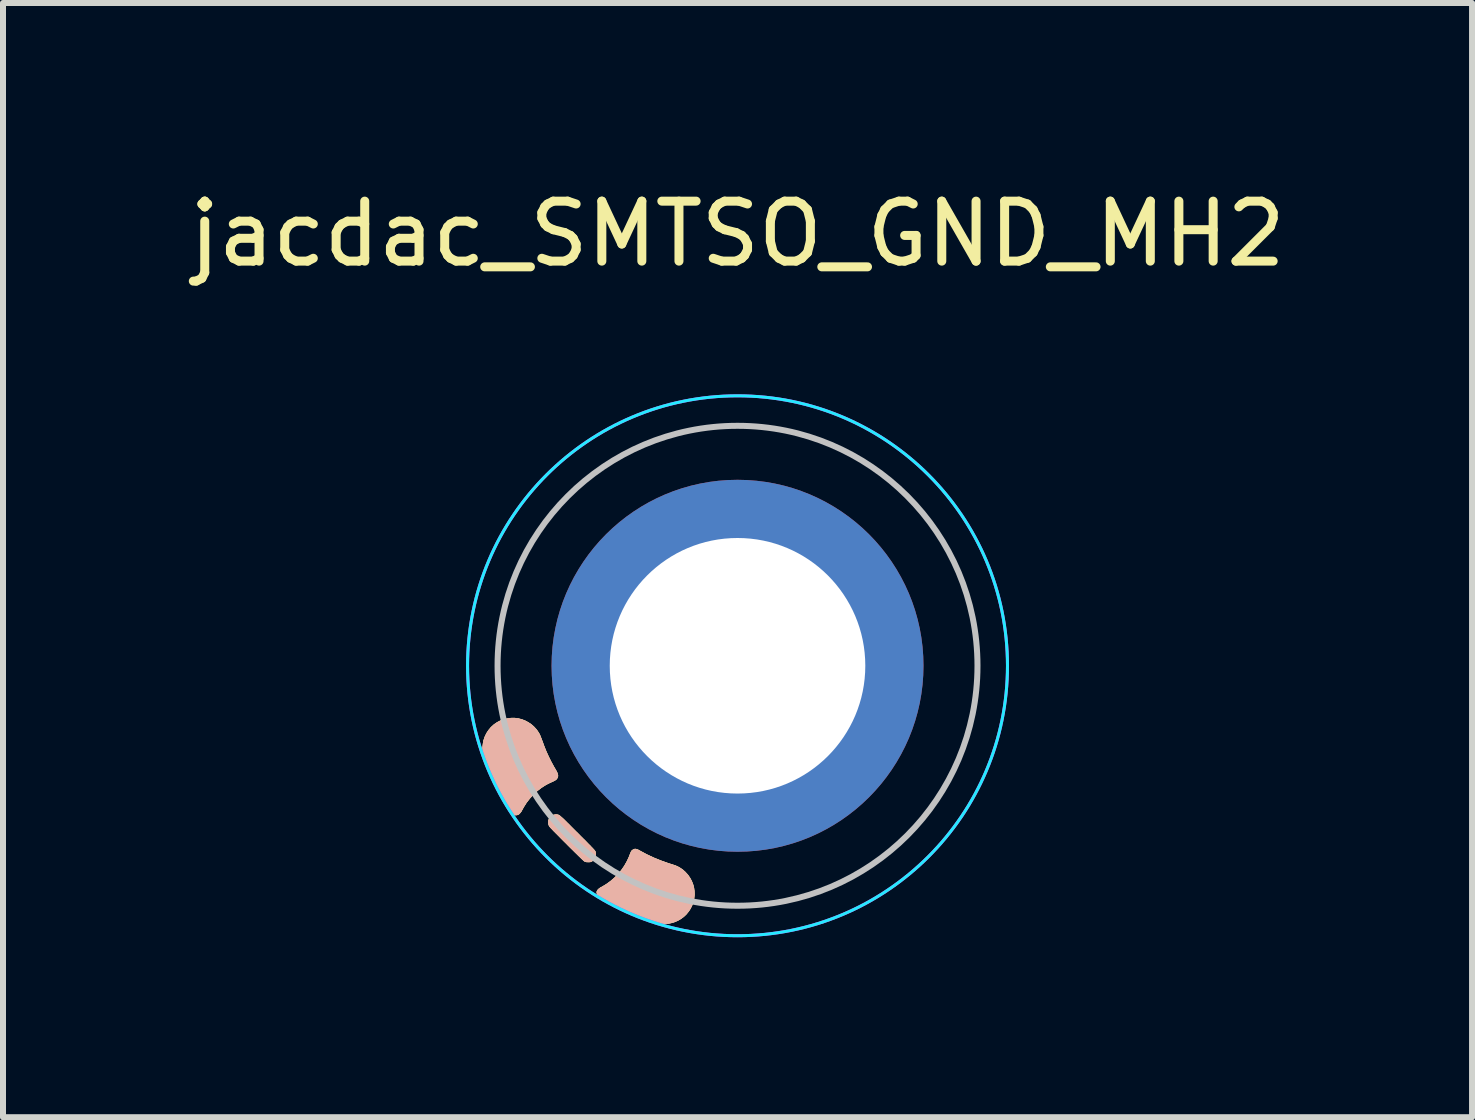
<source format=kicad_pcb>
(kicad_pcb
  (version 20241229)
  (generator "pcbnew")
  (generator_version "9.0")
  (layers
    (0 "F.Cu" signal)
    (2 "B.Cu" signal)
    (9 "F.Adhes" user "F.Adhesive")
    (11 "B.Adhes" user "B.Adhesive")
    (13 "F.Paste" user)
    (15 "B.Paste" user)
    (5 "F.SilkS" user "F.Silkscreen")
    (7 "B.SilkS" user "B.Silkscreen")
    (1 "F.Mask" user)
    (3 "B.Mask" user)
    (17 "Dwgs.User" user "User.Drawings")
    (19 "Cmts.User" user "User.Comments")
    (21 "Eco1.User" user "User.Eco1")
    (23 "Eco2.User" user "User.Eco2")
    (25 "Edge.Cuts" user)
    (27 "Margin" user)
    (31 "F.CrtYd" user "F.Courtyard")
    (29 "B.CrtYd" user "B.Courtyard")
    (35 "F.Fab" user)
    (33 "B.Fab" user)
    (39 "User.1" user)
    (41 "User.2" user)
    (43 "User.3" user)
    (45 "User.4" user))
  (footprint "jacdac_SMTSO_GND_MH2"
    (layer "F.Cu")
    (at 9.244 8.048)
    (property "Reference" "jacdac_SMTSO_GND_MH2" (at 0.000001 -7.2 0) (layer "F.SilkS") (effects (font (size 1 1) (thickness 0.15))))
    (attr through_hole)
    (fp_poly (pts (xy -2.996 1.845) (xy -3.001 1.862) (xy -3.009 1.876) (xy -3.016 1.887) (xy -3.025 1.895) (xy -3.036 1.904) (xy -3.05 1.912) (xy -3.069 1.922) (xy -3.094 1.934) (xy -3.095 1.934) (xy -3.149 1.959) (xy -3.198 1.985) (xy -3.244 2.014) (xy -3.274 2.034) (xy -3.343 2.087) (xy -3.407 2.146) (xy -3.465 2.211) (xy -3.519 2.28) (xy -3.565 2.353) (xy -3.588 2.394) (xy -3.605 2.426) (xy -3.623 2.45) (xy -3.64 2.468) (xy -3.658 2.48) (xy -3.677 2.486) (xy -3.682 2.487) (xy -3.7 2.488) (xy -3.718 2.484) (xy -3.735 2.475) (xy -3.752 2.46) (xy -3.771 2.439) (xy -3.792 2.41) (xy -3.792 2.41) (xy -3.866 2.298) (xy -3.936 2.179) (xy -4.003 2.054) (xy -4.067 1.925) (xy -4.125 1.792) (xy -4.179 1.656) (xy -4.199 1.6) (xy -4.218 1.542) (xy -4.232 1.491) (xy -4.242 1.444) (xy -4.247 1.403) (xy -4.248 1.369) (xy -4.242 1.304) (xy -4.23 1.242) (xy -4.21 1.183) (xy -4.183 1.127) (xy -4.149 1.075) (xy -4.109 1.027) (xy -4.062 0.984) (xy -4.055 0.978) (xy -4.006 0.945) (xy -3.953 0.917) (xy -3.897 0.896) (xy -3.838 0.882) (xy -3.778 0.874) (xy -3.718 0.873) (xy -3.659 0.88) (xy -3.655 0.881) (xy -3.596 0.896) (xy -3.54 0.918) (xy -3.486 0.947) (xy -3.436 0.981) (xy -3.39 1.022) (xy -3.35 1.067) (xy -3.316 1.117) (xy -3.304 1.138) (xy -3.297 1.151) (xy -3.289 1.171) (xy -3.28 1.194) (xy -3.27 1.219) (xy -3.261 1.245) (xy -3.26 1.245) (xy -3.225 1.341) (xy -3.189 1.431) (xy -3.15 1.516) (xy -3.109 1.598) (xy -3.065 1.68) (xy -3.039 1.724) (xy -3.02 1.757) (xy -3.007 1.784) (xy -2.999 1.807) (xy -2.995 1.827) (xy -2.996 1.845)) (stroke (width 0.01) (type solid)) (fill yes) (layer "F.SilkS"))
    (fp_poly (pts (xy -2.365 3.163) (xy -2.372 3.193) (xy -2.386 3.219) (xy -2.406 3.242) (xy -2.429 3.258) (xy -2.44 3.263) (xy -2.45 3.267) (xy -2.46 3.269) (xy -2.475 3.269) (xy -2.488 3.27) (xy -2.508 3.269) (xy -2.522 3.268) (xy -2.533 3.265) (xy -2.544 3.261) (xy -2.546 3.26) (xy -2.55 3.257) (xy -2.557 3.253) (xy -2.565 3.245) (xy -2.576 3.236) (xy -2.59 3.223) (xy -2.607 3.207) (xy -2.627 3.187) (xy -2.651 3.164) (xy -2.679 3.136) (xy -2.712 3.104) (xy -2.749 3.067) (xy -2.791 3.026) (xy -2.838 2.979) (xy -2.848 2.968) (xy -2.895 2.922) (xy -2.937 2.88) (xy -2.973 2.843) (xy -3.005 2.811) (xy -3.032 2.784) (xy -3.056 2.76) (xy -3.076 2.739) (xy -3.092 2.722) (xy -3.106 2.708) (xy -3.117 2.696) (xy -3.125 2.687) (xy -3.131 2.679) (xy -3.136 2.673) (xy -3.139 2.668) (xy -3.141 2.664) (xy -3.149 2.638) (xy -3.153 2.611) (xy -3.152 2.586) (xy -3.15 2.577) (xy -3.138 2.547) (xy -3.12 2.522) (xy -3.097 2.502) (xy -3.07 2.489) (xy -3.04 2.483) (xy -3.018 2.482) (xy -3.011 2.483) (xy -3.004 2.484) (xy -2.997 2.485) (xy -2.991 2.486) (xy -2.984 2.489) (xy -2.976 2.493) (xy -2.967 2.499) (xy -2.956 2.507) (xy -2.944 2.518) (xy -2.929 2.531) (xy -2.912 2.546) (xy -2.892 2.565) (xy -2.869 2.588) (xy -2.842 2.615) (xy -2.811 2.645) (xy -2.776 2.681) (xy -2.736 2.721) (xy -2.691 2.766) (xy -2.664 2.792) (xy -2.618 2.839) (xy -2.577 2.88) (xy -2.54 2.916) (xy -2.509 2.948) (xy -2.482 2.976) (xy -2.458 2.999) (xy -2.439 3.02) (xy -2.422 3.037) (xy -2.409 3.051) (xy -2.398 3.062) (xy -2.39 3.072) (xy -2.384 3.079) (xy -2.379 3.086) (xy -2.375 3.091) (xy -2.373 3.095) (xy -2.372 3.099) (xy -2.371 3.101) (xy -2.364 3.132) (xy -2.365 3.163)) (stroke (width 0.01) (type solid)) (fill yes) (layer "F.SilkS"))
    (fp_poly (pts (xy -0.739 3.937) (xy -0.759 3.993) (xy -0.785 4.046) (xy -0.817 4.095) (xy -0.854 4.14) (xy -0.897 4.181) (xy -0.944 4.216) (xy -0.996 4.246) (xy -1.052 4.27) (xy -1.111 4.287) (xy -1.174 4.298) (xy -1.176 4.298) (xy -1.194 4.299) (xy -1.213 4.299) (xy -1.236 4.298) (xy -1.264 4.296) (xy -1.275 4.294) (xy -1.297 4.292) (xy -1.318 4.289) (xy -1.339 4.285) (xy -1.361 4.28) (xy -1.385 4.273) (xy -1.412 4.265) (xy -1.444 4.255) (xy -1.481 4.243) (xy -1.523 4.229) (xy -1.541 4.223) (xy -1.651 4.182) (xy -1.763 4.137) (xy -1.875 4.086) (xy -1.986 4.032) (xy -2.094 3.975) (xy -2.197 3.915) (xy -2.265 3.874) (xy -2.291 3.856) (xy -2.31 3.841) (xy -2.324 3.828) (xy -2.334 3.815) (xy -2.341 3.802) (xy -2.341 3.8) (xy -2.345 3.781) (xy -2.344 3.764) (xy -2.338 3.751) (xy -2.325 3.732) (xy -2.305 3.714) (xy -2.278 3.696) (xy -2.272 3.694) (xy -2.194 3.648) (xy -2.121 3.596) (xy -2.053 3.538) (xy -1.991 3.476) (xy -1.935 3.409) (xy -1.885 3.337) (xy -1.854 3.283) (xy -1.838 3.253) (xy -1.824 3.223) (xy -1.809 3.191) (xy -1.795 3.154) (xy -1.782 3.123) (xy -1.775 3.105) (xy -1.768 3.093) (xy -1.761 3.083) (xy -1.752 3.075) (xy -1.735 3.064) (xy -1.718 3.057) (xy -1.7 3.056) (xy -1.679 3.061) (xy -1.654 3.071) (xy -1.633 3.083) (xy -1.518 3.145) (xy -1.399 3.201) (xy -1.275 3.251) (xy -1.146 3.297) (xy -1.116 3.306) (xy -1.082 3.317) (xy -1.054 3.326) (xy -1.031 3.334) (xy -1.012 3.343) (xy -0.994 3.351) (xy -0.976 3.361) (xy -0.963 3.368) (xy -0.913 3.402) (xy -0.868 3.443) (xy -0.828 3.488) (xy -0.794 3.537) (xy -0.765 3.591) (xy -0.743 3.647) (xy -0.728 3.705) (xy -0.722 3.753) (xy -0.72 3.816) (xy -0.726 3.878) (xy -0.739 3.937)) (stroke (width 0.01) (type solid)) (fill yes) (layer "F.SilkS"))
    (fp_poly (pts (xy -2.996 1.845) (xy -3.001 1.862) (xy -3.009 1.876) (xy -3.016 1.887) (xy -3.025 1.895) (xy -3.036 1.904) (xy -3.05 1.912) (xy -3.069 1.922) (xy -3.094 1.934) (xy -3.095 1.934) (xy -3.149 1.959) (xy -3.198 1.985) (xy -3.244 2.014) (xy -3.274 2.034) (xy -3.343 2.087) (xy -3.407 2.146) (xy -3.465 2.211) (xy -3.519 2.28) (xy -3.565 2.353) (xy -3.588 2.394) (xy -3.605 2.426) (xy -3.623 2.45) (xy -3.64 2.468) (xy -3.658 2.48) (xy -3.677 2.486) (xy -3.682 2.487) (xy -3.7 2.488) (xy -3.718 2.484) (xy -3.735 2.475) (xy -3.752 2.46) (xy -3.771 2.439) (xy -3.792 2.41) (xy -3.792 2.41) (xy -3.866 2.298) (xy -3.936 2.179) (xy -4.003 2.054) (xy -4.067 1.925) (xy -4.125 1.792) (xy -4.179 1.656) (xy -4.199 1.6) (xy -4.218 1.542) (xy -4.232 1.491) (xy -4.242 1.444) (xy -4.247 1.403) (xy -4.248 1.369) (xy -4.242 1.304) (xy -4.23 1.242) (xy -4.21 1.183) (xy -4.183 1.127) (xy -4.149 1.075) (xy -4.109 1.027) (xy -4.062 0.984) (xy -4.055 0.978) (xy -4.006 0.945) (xy -3.953 0.917) (xy -3.897 0.896) (xy -3.838 0.882) (xy -3.778 0.874) (xy -3.718 0.873) (xy -3.659 0.88) (xy -3.655 0.881) (xy -3.596 0.896) (xy -3.54 0.918) (xy -3.486 0.947) (xy -3.436 0.981) (xy -3.39 1.022) (xy -3.35 1.067) (xy -3.316 1.117) (xy -3.304 1.138) (xy -3.297 1.151) (xy -3.289 1.171) (xy -3.28 1.194) (xy -3.27 1.219) (xy -3.261 1.245) (xy -3.26 1.245) (xy -3.225 1.341) (xy -3.189 1.431) (xy -3.15 1.516) (xy -3.109 1.598) (xy -3.065 1.68) (xy -3.039 1.724) (xy -3.02 1.757) (xy -3.007 1.784) (xy -2.999 1.807) (xy -2.995 1.827) (xy -2.996 1.845)) (stroke (width 0.01) (type solid)) (fill yes) (layer "B.SilkS"))
    (fp_poly (pts (xy -2.365 3.163) (xy -2.372 3.193) (xy -2.386 3.219) (xy -2.406 3.242) (xy -2.429 3.258) (xy -2.44 3.263) (xy -2.45 3.267) (xy -2.46 3.269) (xy -2.475 3.269) (xy -2.488 3.27) (xy -2.508 3.269) (xy -2.522 3.268) (xy -2.533 3.265) (xy -2.544 3.261) (xy -2.546 3.26) (xy -2.55 3.257) (xy -2.557 3.253) (xy -2.565 3.245) (xy -2.576 3.236) (xy -2.59 3.223) (xy -2.607 3.207) (xy -2.627 3.187) (xy -2.651 3.164) (xy -2.679 3.136) (xy -2.712 3.104) (xy -2.749 3.067) (xy -2.791 3.026) (xy -2.838 2.979) (xy -2.848 2.968) (xy -2.895 2.922) (xy -2.937 2.88) (xy -2.973 2.843) (xy -3.005 2.811) (xy -3.032 2.784) (xy -3.056 2.76) (xy -3.076 2.739) (xy -3.092 2.722) (xy -3.106 2.708) (xy -3.117 2.696) (xy -3.125 2.687) (xy -3.131 2.679) (xy -3.136 2.673) (xy -3.139 2.668) (xy -3.141 2.664) (xy -3.149 2.638) (xy -3.153 2.611) (xy -3.152 2.586) (xy -3.15 2.577) (xy -3.138 2.547) (xy -3.12 2.522) (xy -3.097 2.502) (xy -3.07 2.489) (xy -3.04 2.483) (xy -3.018 2.482) (xy -3.011 2.483) (xy -3.004 2.484) (xy -2.997 2.485) (xy -2.991 2.486) (xy -2.984 2.489) (xy -2.976 2.493) (xy -2.967 2.499) (xy -2.956 2.507) (xy -2.944 2.518) (xy -2.929 2.531) (xy -2.912 2.546) (xy -2.892 2.565) (xy -2.869 2.588) (xy -2.842 2.615) (xy -2.811 2.645) (xy -2.776 2.681) (xy -2.736 2.721) (xy -2.691 2.766) (xy -2.664 2.792) (xy -2.618 2.839) (xy -2.577 2.88) (xy -2.54 2.916) (xy -2.509 2.948) (xy -2.482 2.976) (xy -2.458 2.999) (xy -2.439 3.02) (xy -2.422 3.037) (xy -2.409 3.051) (xy -2.398 3.062) (xy -2.39 3.072) (xy -2.384 3.079) (xy -2.379 3.086) (xy -2.375 3.091) (xy -2.373 3.095) (xy -2.372 3.099) (xy -2.371 3.101) (xy -2.364 3.132) (xy -2.365 3.163)) (stroke (width 0.01) (type solid)) (fill yes) (layer "B.SilkS"))
    (fp_poly (pts (xy -0.739 3.937) (xy -0.759 3.993) (xy -0.785 4.046) (xy -0.817 4.095) (xy -0.854 4.14) (xy -0.897 4.181) (xy -0.944 4.216) (xy -0.996 4.246) (xy -1.052 4.27) (xy -1.111 4.287) (xy -1.174 4.298) (xy -1.176 4.298) (xy -1.194 4.299) (xy -1.213 4.299) (xy -1.236 4.298) (xy -1.264 4.296) (xy -1.275 4.294) (xy -1.297 4.292) (xy -1.318 4.289) (xy -1.339 4.285) (xy -1.361 4.28) (xy -1.385 4.273) (xy -1.412 4.265) (xy -1.444 4.255) (xy -1.481 4.243) (xy -1.523 4.229) (xy -1.541 4.223) (xy -1.651 4.182) (xy -1.763 4.137) (xy -1.875 4.086) (xy -1.986 4.032) (xy -2.094 3.975) (xy -2.197 3.915) (xy -2.265 3.874) (xy -2.291 3.856) (xy -2.31 3.841) (xy -2.324 3.828) (xy -2.334 3.815) (xy -2.341 3.802) (xy -2.341 3.8) (xy -2.345 3.781) (xy -2.344 3.764) (xy -2.338 3.751) (xy -2.325 3.732) (xy -2.305 3.714) (xy -2.278 3.696) (xy -2.272 3.694) (xy -2.194 3.648) (xy -2.121 3.596) (xy -2.053 3.538) (xy -1.991 3.476) (xy -1.935 3.409) (xy -1.885 3.337) (xy -1.854 3.283) (xy -1.838 3.253) (xy -1.824 3.223) (xy -1.809 3.191) (xy -1.795 3.154) (xy -1.782 3.123) (xy -1.775 3.105) (xy -1.768 3.093) (xy -1.761 3.083) (xy -1.752 3.075) (xy -1.735 3.064) (xy -1.718 3.057) (xy -1.7 3.056) (xy -1.679 3.061) (xy -1.654 3.071) (xy -1.633 3.083) (xy -1.518 3.145) (xy -1.399 3.201) (xy -1.275 3.251) (xy -1.146 3.297) (xy -1.116 3.306) (xy -1.082 3.317) (xy -1.054 3.326) (xy -1.031 3.334) (xy -1.012 3.343) (xy -0.994 3.351) (xy -0.976 3.361) (xy -0.963 3.368) (xy -0.913 3.402) (xy -0.868 3.443) (xy -0.828 3.488) (xy -0.794 3.537) (xy -0.765 3.591) (xy -0.743 3.647) (xy -0.728 3.705) (xy -0.722 3.753) (xy -0.72 3.816) (xy -0.726 3.878) (xy -0.739 3.937)) (stroke (width 0.01) (type solid)) (fill yes) (layer "B.SilkS"))
    (fp_circle (center 0 0) (end 0 -4) (stroke (width 0.1) (type default)) (fill no) (layer "Dwgs.User"))
    (fp_circle (center 0 0) (end 0 -4.5) (stroke (width 0.05) (type default)) (fill no) (layer "B.CrtYd"))
    (fp_circle (center 0 0) (end 0 -4.5) (stroke (width 0.05) (type default)) (fill no) (layer "F.CrtYd"))
    (pad "1" thru_hole circle (at 0 0 320) (size 6.2 6.2) (drill 4.26) (layers "*.Cu" "*.Mask"))
    (zone (net_name "") (layers "F.Cu" "B.Cu") (hatch edge 0.5) (connect_pads) (min_thickness 0.25) (filled_areas_thickness no) (keepout (tracks allowed) (vias allowed) (pads allowed) (copperpour not_allowed) (footprints allowed)) (placement (enabled no)) (fill) (polygon (pts (xy 13.239 7.852) (xy 13.201 7.461) (xy 13.124 7.076) (xy 13.01 6.701) (xy 12.86 6.338) (xy 12.675 5.992) (xy 12.457 5.665) (xy 12.208 5.362) (xy 11.93 5.084) (xy 11.627 4.835) (xy 11.3 4.617) (xy 10.954 4.432) (xy 10.592 4.282) (xy 10.216 4.168) (xy 9.831 4.092) (xy 9.44 4.053) (xy 9.048 4.053) (xy 8.657 4.092) (xy 8.272 4.168) (xy 7.896 4.282) (xy 7.534 4.432) (xy 7.188 4.617) (xy 6.861 4.835) (xy 6.558 5.084) (xy 6.28 5.362) (xy 6.031 5.665) (xy 5.813 5.992) (xy 5.628 6.338) (xy 5.478 6.701) (xy 5.364 7.076) (xy 5.287 7.461) (xy 5.249 7.852) (xy 5.249 8.245) (xy 5.287 8.635) (xy 5.364 9.02) (xy 5.478 9.396) (xy 5.628 9.758) (xy 5.813 10.105) (xy 6.031 10.431) (xy 6.28 10.734) (xy 6.558 11.012) (xy 6.861 11.261) (xy 7.188 11.479) (xy 7.534 11.664) (xy 7.896 11.814) (xy 8.272 11.928) (xy 8.657 12.005) (xy 9.048 12.043) (xy 9.44 12.043) (xy 9.831 12.005) (xy 10.216 11.928) (xy 10.592 11.814) (xy 10.954 11.664) (xy 11.3 11.479) (xy 11.627 11.261) (xy 11.93 11.012) (xy 12.208 10.734) (xy 12.457 10.431) (xy 12.675 10.105) (xy 12.86 9.758) (xy 13.01 9.396) (xy 13.124 9.02) (xy 13.201 8.635) (xy 13.239 8.245)))))
  (gr_rect
    (start -3 -3)
    (end 21.488 15.573)
    (stroke (width 0.1) (type default))
    (fill no)
    (layer "Edge.Cuts")))
</source>
